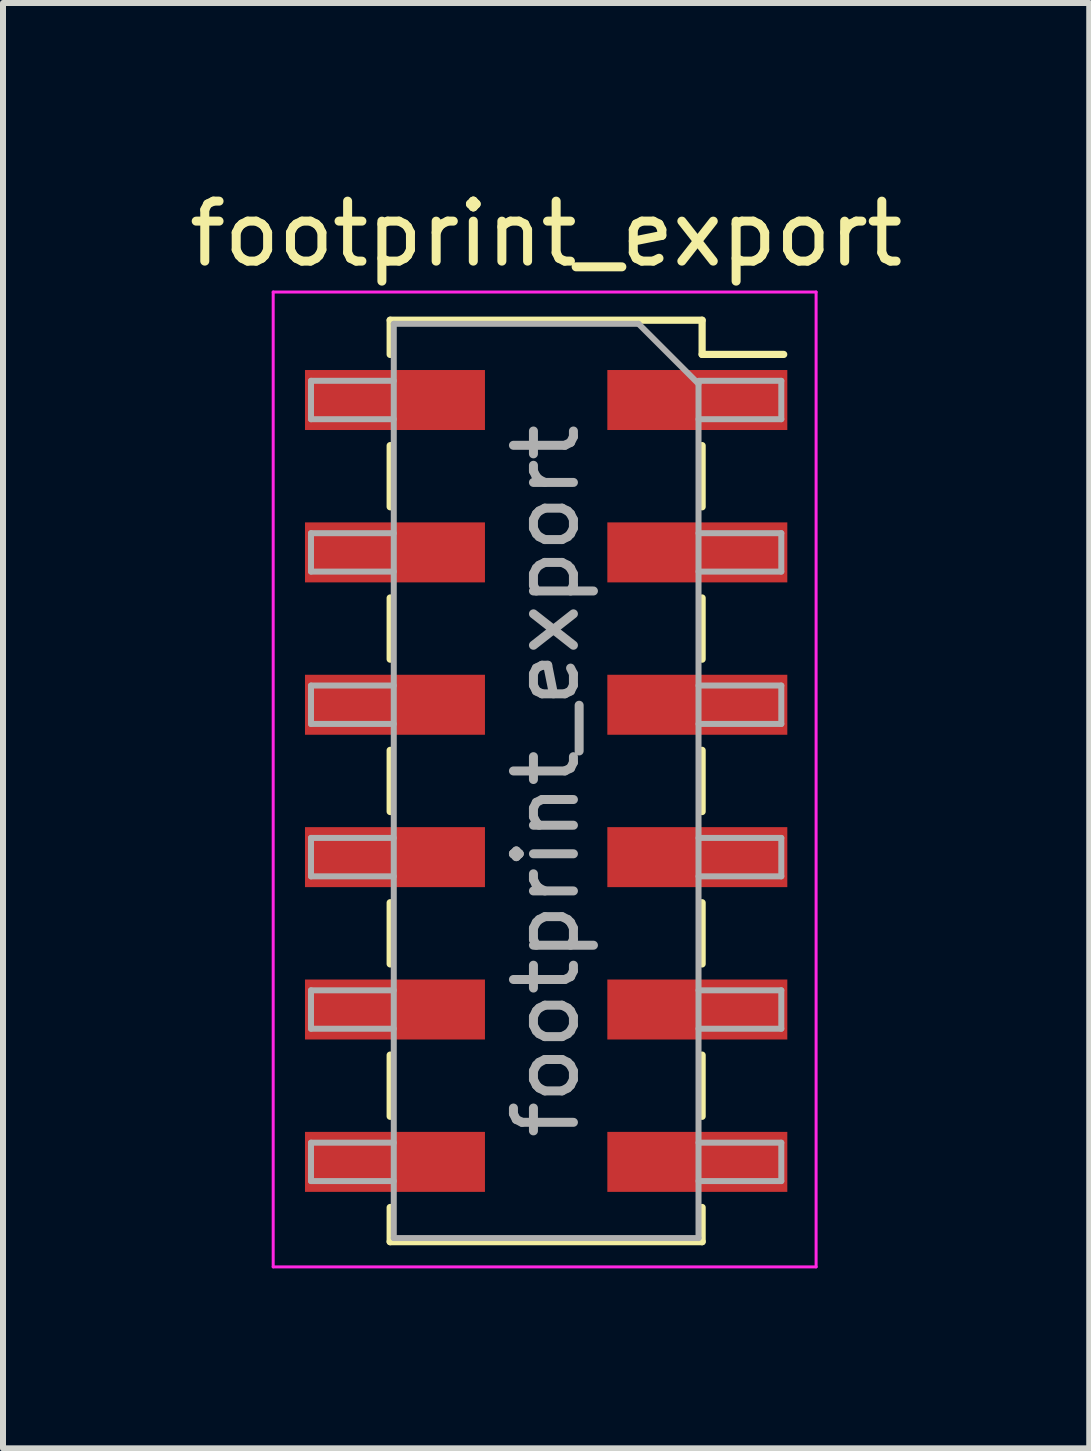
<source format=kicad_pcb>
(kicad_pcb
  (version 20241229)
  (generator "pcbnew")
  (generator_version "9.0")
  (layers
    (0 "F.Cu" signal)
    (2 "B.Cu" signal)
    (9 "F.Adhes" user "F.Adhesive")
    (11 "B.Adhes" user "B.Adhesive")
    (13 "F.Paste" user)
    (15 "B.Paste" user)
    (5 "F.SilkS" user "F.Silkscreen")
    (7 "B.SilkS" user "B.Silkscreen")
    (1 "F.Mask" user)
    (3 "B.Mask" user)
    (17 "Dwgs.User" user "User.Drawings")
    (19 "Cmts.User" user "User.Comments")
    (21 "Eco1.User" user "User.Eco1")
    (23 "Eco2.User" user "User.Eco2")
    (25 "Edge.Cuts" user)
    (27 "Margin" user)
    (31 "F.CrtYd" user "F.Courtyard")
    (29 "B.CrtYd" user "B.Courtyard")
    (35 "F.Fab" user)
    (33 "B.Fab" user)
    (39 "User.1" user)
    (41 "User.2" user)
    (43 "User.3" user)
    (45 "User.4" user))
  (footprint "footprint_export"
    (layer "F.Cu")
    (at 6.054 9.968)
    (property "Reference" "footprint_export" (at 0 -9.12 0) (layer "F.SilkS") (effects (font (size 1 1) (thickness 0.15))))
    (attr smd)
    (fp_line (start -2.6 -7.68) (end -2.6 -7.11) (stroke (width 0.12) (type solid)) (layer "F.SilkS"))
    (fp_line (start -2.6 -7.68) (end 2.6 -7.68) (stroke (width 0.12) (type solid)) (layer "F.SilkS"))
    (fp_line (start -2.6 -5.59) (end -2.6 -4.57) (stroke (width 0.12) (type solid)) (layer "F.SilkS"))
    (fp_line (start -2.6 -3.05) (end -2.6 -2.03) (stroke (width 0.12) (type solid)) (layer "F.SilkS"))
    (fp_line (start -2.6 -0.51) (end -2.6 0.51) (stroke (width 0.12) (type solid)) (layer "F.SilkS"))
    (fp_line (start -2.6 2.03) (end -2.6 3.05) (stroke (width 0.12) (type solid)) (layer "F.SilkS"))
    (fp_line (start -2.6 4.57) (end -2.6 5.59) (stroke (width 0.12) (type solid)) (layer "F.SilkS"))
    (fp_line (start -2.6 7.11) (end -2.6 7.68) (stroke (width 0.12) (type solid)) (layer "F.SilkS"))
    (fp_line (start -2.6 7.68) (end 2.6 7.68) (stroke (width 0.12) (type solid)) (layer "F.SilkS"))
    (fp_line (start 2.6 -7.68) (end 2.6 -7.11) (stroke (width 0.12) (type solid)) (layer "F.SilkS"))
    (fp_line (start 2.6 -7.11) (end 3.96 -7.11) (stroke (width 0.12) (type solid)) (layer "F.SilkS"))
    (fp_line (start 2.6 -5.59) (end 2.6 -4.57) (stroke (width 0.12) (type solid)) (layer "F.SilkS"))
    (fp_line (start 2.6 -3.05) (end 2.6 -2.03) (stroke (width 0.12) (type solid)) (layer "F.SilkS"))
    (fp_line (start 2.6 -0.51) (end 2.6 0.51) (stroke (width 0.12) (type solid)) (layer "F.SilkS"))
    (fp_line (start 2.6 2.03) (end 2.6 3.05) (stroke (width 0.12) (type solid)) (layer "F.SilkS"))
    (fp_line (start 2.6 4.57) (end 2.6 5.59) (stroke (width 0.12) (type solid)) (layer "F.SilkS"))
    (fp_line (start 2.6 7.11) (end 2.6 7.68) (stroke (width 0.12) (type solid)) (layer "F.SilkS"))
    (fp_line (start -4.55 -8.15) (end 4.5 -8.15) (stroke (width 0.05) (type solid)) (layer "F.CrtYd"))
    (fp_line (start -4.55 8.1) (end -4.55 -8.15) (stroke (width 0.05) (type solid)) (layer "F.CrtYd"))
    (fp_line (start 4.5 -8.15) (end 4.5 8.1) (stroke (width 0.05) (type solid)) (layer "F.CrtYd"))
    (fp_line (start 4.5 8.1) (end -4.55 8.1) (stroke (width 0.05) (type solid)) (layer "F.CrtYd"))
    (fp_line (start -3.92 -6.67) (end -2.54 -6.67) (stroke (width 0.1) (type solid)) (layer "F.Fab"))
    (fp_line (start -3.92 -6.03) (end -3.92 -6.67) (stroke (width 0.1) (type solid)) (layer "F.Fab"))
    (fp_line (start -3.92 -4.13) (end -2.54 -4.13) (stroke (width 0.1) (type solid)) (layer "F.Fab"))
    (fp_line (start -3.92 -3.49) (end -3.92 -4.13) (stroke (width 0.1) (type solid)) (layer "F.Fab"))
    (fp_line (start -3.92 -1.59) (end -2.54 -1.59) (stroke (width 0.1) (type solid)) (layer "F.Fab"))
    (fp_line (start -3.92 -0.95) (end -3.92 -1.59) (stroke (width 0.1) (type solid)) (layer "F.Fab"))
    (fp_line (start -3.92 0.95) (end -2.54 0.95) (stroke (width 0.1) (type solid)) (layer "F.Fab"))
    (fp_line (start -3.92 1.59) (end -3.92 0.95) (stroke (width 0.1) (type solid)) (layer "F.Fab"))
    (fp_line (start -3.92 3.49) (end -2.54 3.49) (stroke (width 0.1) (type solid)) (layer "F.Fab"))
    (fp_line (start -3.92 4.13) (end -3.92 3.49) (stroke (width 0.1) (type solid)) (layer "F.Fab"))
    (fp_line (start -3.92 6.03) (end -2.54 6.03) (stroke (width 0.1) (type solid)) (layer "F.Fab"))
    (fp_line (start -3.92 6.67) (end -3.92 6.03) (stroke (width 0.1) (type solid)) (layer "F.Fab"))
    (fp_line (start -2.54 -7.62) (end 1.54 -7.62) (stroke (width 0.1) (type solid)) (layer "F.Fab"))
    (fp_line (start -2.54 -6.03) (end -3.92 -6.03) (stroke (width 0.1) (type solid)) (layer "F.Fab"))
    (fp_line (start -2.54 -3.49) (end -3.92 -3.49) (stroke (width 0.1) (type solid)) (layer "F.Fab"))
    (fp_line (start -2.54 -0.95) (end -3.92 -0.95) (stroke (width 0.1) (type solid)) (layer "F.Fab"))
    (fp_line (start -2.54 1.59) (end -3.92 1.59) (stroke (width 0.1) (type solid)) (layer "F.Fab"))
    (fp_line (start -2.54 4.13) (end -3.92 4.13) (stroke (width 0.1) (type solid)) (layer "F.Fab"))
    (fp_line (start -2.54 6.67) (end -3.92 6.67) (stroke (width 0.1) (type solid)) (layer "F.Fab"))
    (fp_line (start -2.54 7.62) (end -2.54 -7.62) (stroke (width 0.1) (type solid)) (layer "F.Fab"))
    (fp_line (start 1.54 -7.62) (end 2.54 -6.62) (stroke (width 0.1) (type solid)) (layer "F.Fab"))
    (fp_line (start 2.54 -6.67) (end 3.92 -6.67) (stroke (width 0.1) (type solid)) (layer "F.Fab"))
    (fp_line (start 2.54 -6.62) (end 2.54 7.62) (stroke (width 0.1) (type solid)) (layer "F.Fab"))
    (fp_line (start 2.54 -4.13) (end 3.92 -4.13) (stroke (width 0.1) (type solid)) (layer "F.Fab"))
    (fp_line (start 2.54 -1.59) (end 3.92 -1.59) (stroke (width 0.1) (type solid)) (layer "F.Fab"))
    (fp_line (start 2.54 0.95) (end 3.92 0.95) (stroke (width 0.1) (type solid)) (layer "F.Fab"))
    (fp_line (start 2.54 3.49) (end 3.92 3.49) (stroke (width 0.1) (type solid)) (layer "F.Fab"))
    (fp_line (start 2.54 6.03) (end 3.92 6.03) (stroke (width 0.1) (type solid)) (layer "F.Fab"))
    (fp_line (start 2.54 7.62) (end -2.54 7.62) (stroke (width 0.1) (type solid)) (layer "F.Fab"))
    (fp_line (start 3.92 -6.67) (end 3.92 -6.03) (stroke (width 0.1) (type solid)) (layer "F.Fab"))
    (fp_line (start 3.92 -6.03) (end 2.54 -6.03) (stroke (width 0.1) (type solid)) (layer "F.Fab"))
    (fp_line (start 3.92 -4.13) (end 3.92 -3.49) (stroke (width 0.1) (type solid)) (layer "F.Fab"))
    (fp_line (start 3.92 -3.49) (end 2.54 -3.49) (stroke (width 0.1) (type solid)) (layer "F.Fab"))
    (fp_line (start 3.92 -1.59) (end 3.92 -0.95) (stroke (width 0.1) (type solid)) (layer "F.Fab"))
    (fp_line (start 3.92 -0.95) (end 2.54 -0.95) (stroke (width 0.1) (type solid)) (layer "F.Fab"))
    (fp_line (start 3.92 0.95) (end 3.92 1.59) (stroke (width 0.1) (type solid)) (layer "F.Fab"))
    (fp_line (start 3.92 1.59) (end 2.54 1.59) (stroke (width 0.1) (type solid)) (layer "F.Fab"))
    (fp_line (start 3.92 3.49) (end 3.92 4.13) (stroke (width 0.1) (type solid)) (layer "F.Fab"))
    (fp_line (start 3.92 4.13) (end 2.54 4.13) (stroke (width 0.1) (type solid)) (layer "F.Fab"))
    (fp_line (start 3.92 6.03) (end 3.92 6.67) (stroke (width 0.1) (type solid)) (layer "F.Fab"))
    (fp_line (start 3.92 6.67) (end 2.54 6.67) (stroke (width 0.1) (type solid)) (layer "F.Fab"))
    (fp_text user "${REFERENCE}" (at 0 0 90) (layer "F.Fab") (effects (font (size 1 1) (thickness 0.15))))
    (pad "1" smd rect (at 2.52 -6.35) (size 3 1) (layers "F.Cu" "F.Mask" "F.Paste"))
    (pad "2" smd rect (at -2.52 -6.35) (size 3 1) (layers "F.Cu" "F.Mask" "F.Paste"))
    (pad "3" smd rect (at 2.52 -3.81) (size 3 1) (layers "F.Cu" "F.Mask" "F.Paste"))
    (pad "4" smd rect (at -2.52 -3.81) (size 3 1) (layers "F.Cu" "F.Mask" "F.Paste"))
    (pad "5" smd rect (at 2.52 -1.27) (size 3 1) (layers "F.Cu" "F.Mask" "F.Paste"))
    (pad "6" smd rect (at -2.52 -1.27) (size 3 1) (layers "F.Cu" "F.Mask" "F.Paste"))
    (pad "7" smd rect (at 2.52 1.27) (size 3 1) (layers "F.Cu" "F.Mask" "F.Paste"))
    (pad "8" smd rect (at -2.52 1.27) (size 3 1) (layers "F.Cu" "F.Mask" "F.Paste"))
    (pad "9" smd rect (at 2.52 3.81) (size 3 1) (layers "F.Cu" "F.Mask" "F.Paste"))
    (pad "10" smd rect (at -2.52 3.81) (size 3 1) (layers "F.Cu" "F.Mask" "F.Paste"))
    (pad "11" smd rect (at 2.52 6.35) (size 3 1) (layers "F.Cu" "F.Mask" "F.Paste"))
    (pad "12" smd rect (at -2.52 6.35) (size 3 1) (layers "F.Cu" "F.Mask" "F.Paste")))
  (gr_rect
    (start -3 -3)
    (end 15.107 21.093)
    (stroke (width 0.1) (type default))
    (fill no)
    (layer "Edge.Cuts")))
</source>
